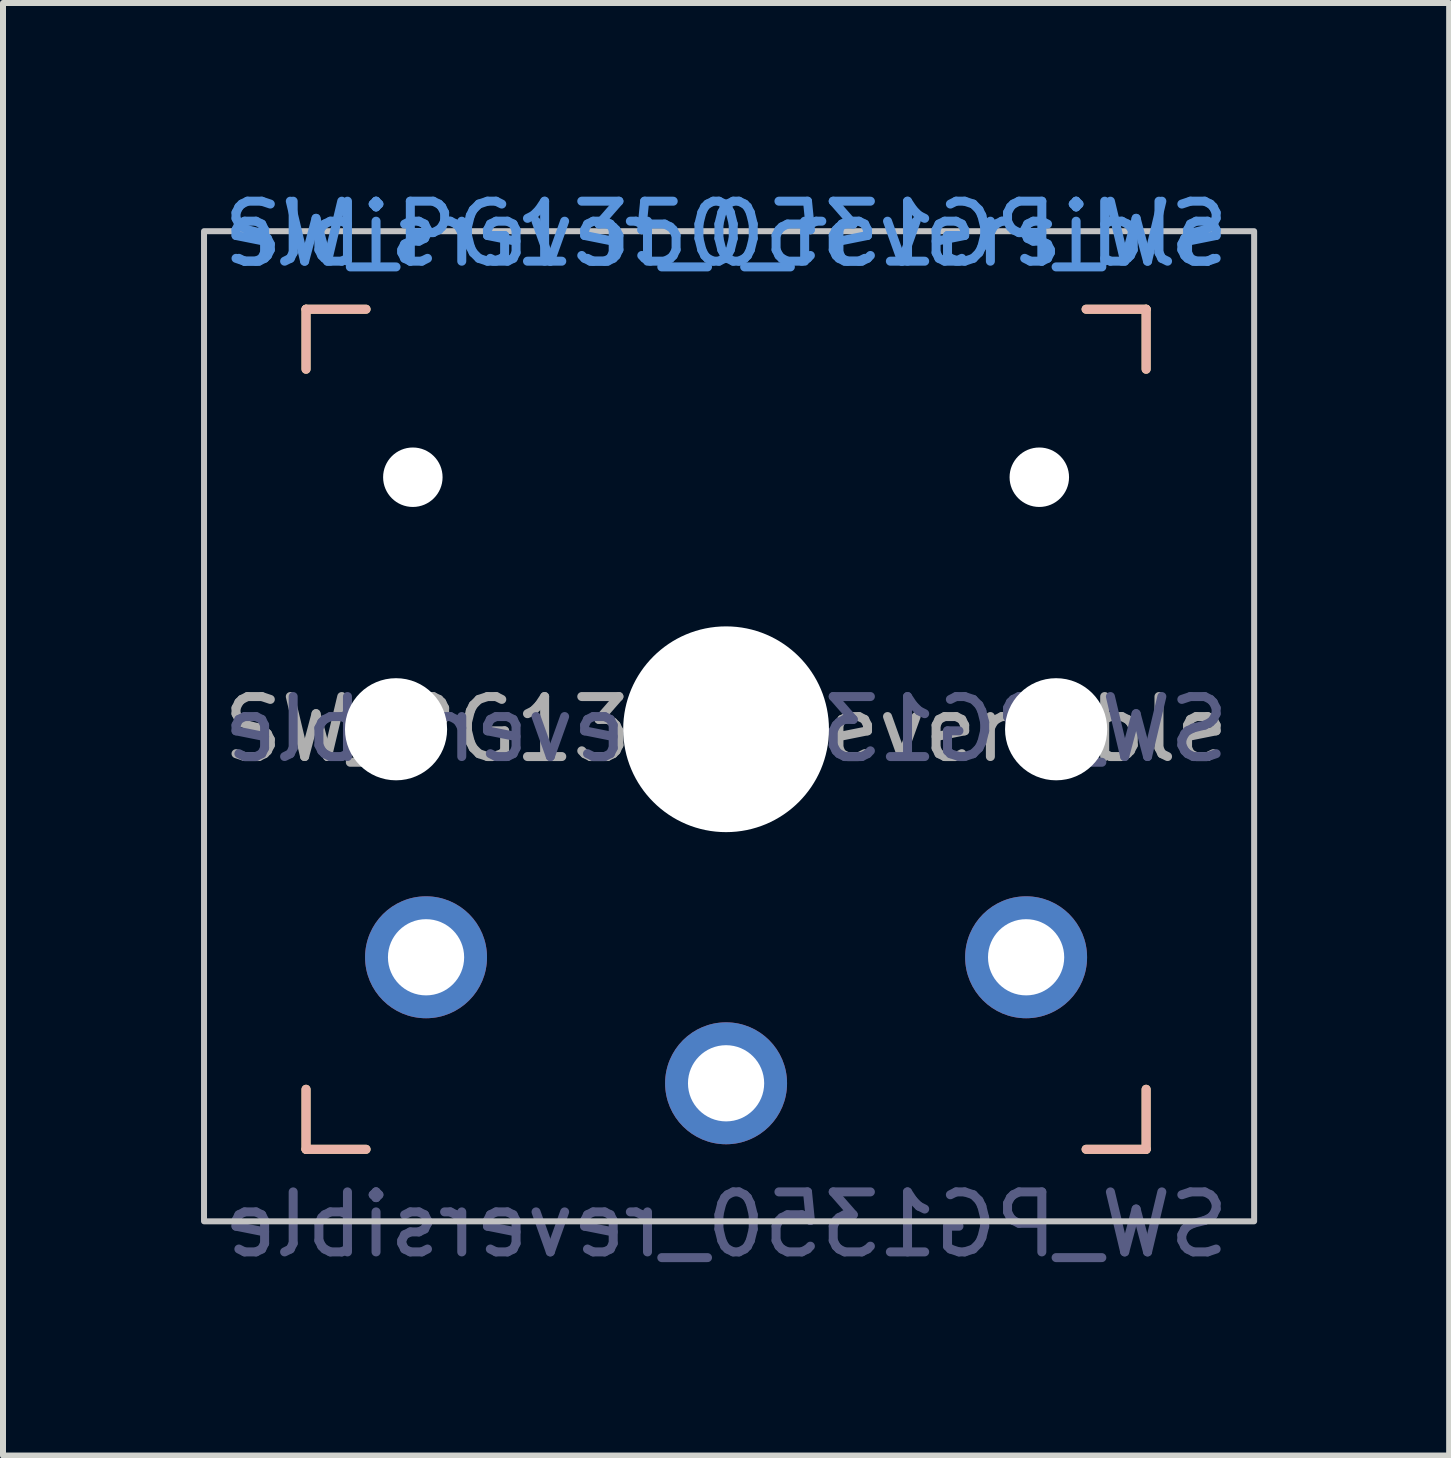
<source format=kicad_pcb>
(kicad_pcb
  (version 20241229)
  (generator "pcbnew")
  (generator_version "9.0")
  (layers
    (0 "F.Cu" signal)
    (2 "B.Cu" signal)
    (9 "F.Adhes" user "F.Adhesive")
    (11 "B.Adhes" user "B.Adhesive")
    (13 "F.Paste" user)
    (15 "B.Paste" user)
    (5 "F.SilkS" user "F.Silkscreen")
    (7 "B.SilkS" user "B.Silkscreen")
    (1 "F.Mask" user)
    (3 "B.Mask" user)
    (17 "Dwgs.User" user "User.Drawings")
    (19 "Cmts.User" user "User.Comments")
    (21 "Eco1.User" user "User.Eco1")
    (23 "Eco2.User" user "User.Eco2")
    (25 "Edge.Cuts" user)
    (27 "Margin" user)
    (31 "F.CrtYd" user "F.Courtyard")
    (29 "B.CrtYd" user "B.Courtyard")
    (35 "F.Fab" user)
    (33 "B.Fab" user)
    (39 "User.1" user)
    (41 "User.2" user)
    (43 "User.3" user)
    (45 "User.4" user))
  (footprint "SW_PG1350_reversible"
    (layer "F.Cu")
    (at 9.05 9.103)
    (property "Reference" "SW_PG1350_reversible" (at 0 -8.255 0) (layer "Cmts.User") (effects (font (size 1 1) (thickness 0.15))))
    (property "Value" "SW_PG1350_reversible" (at 0 8.255 0) (layer "F.Fab") (hide yes) (effects (font (size 1 1) (thickness 0.15))))
    (attr through_hole)
    (fp_line (start -7 -7) (end -6 -7) (stroke (width 0.15) (type solid)) (layer "F.SilkS"))
    (fp_line (start -7 -6) (end -7 -7) (stroke (width 0.15) (type solid)) (layer "F.SilkS"))
    (fp_line (start -7 7) (end -7 6) (stroke (width 0.15) (type solid)) (layer "F.SilkS"))
    (fp_line (start -6 7) (end -7 7) (stroke (width 0.15) (type solid)) (layer "F.SilkS"))
    (fp_line (start 6 -7) (end 7 -7) (stroke (width 0.15) (type solid)) (layer "F.SilkS"))
    (fp_line (start 7 -7) (end 7 -6) (stroke (width 0.15) (type solid)) (layer "F.SilkS"))
    (fp_line (start 7 6) (end 7 7) (stroke (width 0.15) (type solid)) (layer "F.SilkS"))
    (fp_line (start 7 7) (end 6 7) (stroke (width 0.15) (type solid)) (layer "F.SilkS"))
    (fp_line (start -7 -7) (end -6 -7) (stroke (width 0.15) (type solid)) (layer "B.SilkS"))
    (fp_line (start -7 -6) (end -7 -7) (stroke (width 0.15) (type solid)) (layer "B.SilkS"))
    (fp_line (start -7 7) (end -7 6) (stroke (width 0.15) (type solid)) (layer "B.SilkS"))
    (fp_line (start -6 7) (end -7 7) (stroke (width 0.15) (type solid)) (layer "B.SilkS"))
    (fp_line (start 6 -7) (end 7 -7) (stroke (width 0.15) (type solid)) (layer "B.SilkS"))
    (fp_line (start 7 -7) (end 7 -6) (stroke (width 0.15) (type solid)) (layer "B.SilkS"))
    (fp_line (start 7 6) (end 7 7) (stroke (width 0.15) (type solid)) (layer "B.SilkS"))
    (fp_line (start 7 7) (end 6 7) (stroke (width 0.15) (type solid)) (layer "B.SilkS"))
    (fp_rect (start -8.7 -8.3) (end 8.8 8.2) (stroke (width 0.1) (type default)) (fill no) (layer "Dwgs.User"))
    (fp_rect (start -9 -8.5) (end 9 8.5) (stroke (width 0.1) (type default)) (fill no) (layer "Eco1.User"))
    (fp_line (start -6.9 6.9) (end -6.9 -6.9) (stroke (width 0.15) (type solid)) (layer "Eco2.User"))
    (fp_line (start -6.9 6.9) (end 6.9 6.9) (stroke (width 0.15) (type solid)) (layer "Eco2.User"))
    (fp_line (start -2.6 -3.1) (end -2.6 -6.3) (stroke (width 0.15) (type solid)) (layer "Eco2.User"))
    (fp_line (start -2.6 -3.1) (end 2.6 -3.1) (stroke (width 0.15) (type solid)) (layer "Eco2.User"))
    (fp_line (start 2.6 -6.3) (end -2.6 -6.3) (stroke (width 0.15) (type solid)) (layer "Eco2.User"))
    (fp_line (start 2.6 -3.1) (end 2.6 -6.3) (stroke (width 0.15) (type solid)) (layer "Eco2.User"))
    (fp_line (start 6.9 -6.9) (end -6.9 -6.9) (stroke (width 0.15) (type solid)) (layer "Eco2.User"))
    (fp_line (start 6.9 -6.9) (end 6.9 6.9) (stroke (width 0.15) (type solid)) (layer "Eco2.User"))
    (fp_text user "${REFERENCE}" (at 0 -8.255 0) (layer "Cmts.User") (effects (font (size 1 1) (thickness 0.15)) (justify mirror)))
    (fp_text user "${VALUE}" (at 0 8.255 0) (layer "B.Fab") (effects (font (size 1 1) (thickness 0.15)) (justify mirror)))
    (fp_text user "${REFERENCE}" (at 0 0 0) (layer "B.Fab") (effects (font (size 1 1) (thickness 0.15)) (justify mirror)))
    (fp_text user "${REFERENCE}" (at 0 0 0) (layer "F.Fab") (effects (font (size 1 1) (thickness 0.15))))
    (pad "" np_thru_hole circle (at -5.5 0) (size 1.702 1.702) (drill 1.702) (layers "*.Cu" "*.Mask"))
    (pad "" np_thru_hole circle (at -5.22 -4.2) (size 0.991 0.991) (drill 0.991) (layers "*.Cu" "*.Mask"))
    (pad "" np_thru_hole circle (at 0 0) (size 3.429 3.429) (drill 3.429) (layers "*.Cu" "*.Mask"))
    (pad "" np_thru_hole circle (at 5.22 -4.2) (size 0.991 0.991) (drill 0.991) (layers "*.Cu" "*.Mask"))
    (pad "" np_thru_hole circle (at 5.5 0) (size 1.702 1.702) (drill 1.702) (layers "*.Cu" "*.Mask"))
    (pad "1" thru_hole circle (at 0 5.9) (size 2.032 2.032) (drill 1.27) (layers "*.Cu" "*.Mask"))
    (pad "2" thru_hole circle (at -5 3.8) (size 2.032 2.032) (drill 1.27) (layers "*.Cu" "*.Mask"))
    (pad "2" thru_hole circle (at 5 3.8) (size 2.032 2.032) (drill 1.27) (layers "*.Cu" "*.Mask")))
  (gr_rect
    (start -3 -3)
    (end 21.1 21.206)
    (stroke (width 0.1) (type default))
    (fill no)
    (layer "Edge.Cuts")))
</source>
